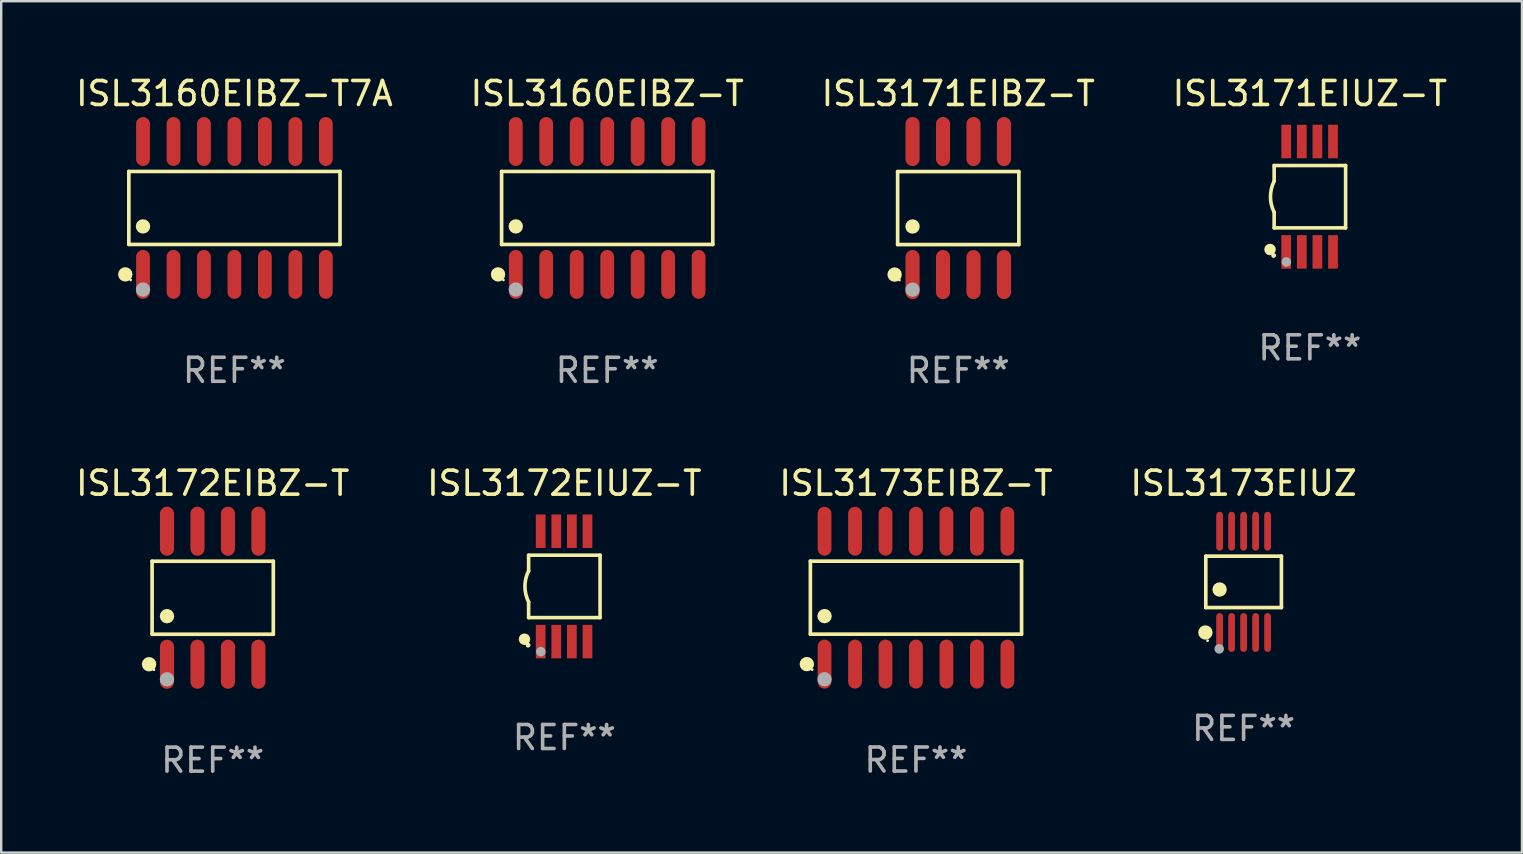
<source format=kicad_pcb>
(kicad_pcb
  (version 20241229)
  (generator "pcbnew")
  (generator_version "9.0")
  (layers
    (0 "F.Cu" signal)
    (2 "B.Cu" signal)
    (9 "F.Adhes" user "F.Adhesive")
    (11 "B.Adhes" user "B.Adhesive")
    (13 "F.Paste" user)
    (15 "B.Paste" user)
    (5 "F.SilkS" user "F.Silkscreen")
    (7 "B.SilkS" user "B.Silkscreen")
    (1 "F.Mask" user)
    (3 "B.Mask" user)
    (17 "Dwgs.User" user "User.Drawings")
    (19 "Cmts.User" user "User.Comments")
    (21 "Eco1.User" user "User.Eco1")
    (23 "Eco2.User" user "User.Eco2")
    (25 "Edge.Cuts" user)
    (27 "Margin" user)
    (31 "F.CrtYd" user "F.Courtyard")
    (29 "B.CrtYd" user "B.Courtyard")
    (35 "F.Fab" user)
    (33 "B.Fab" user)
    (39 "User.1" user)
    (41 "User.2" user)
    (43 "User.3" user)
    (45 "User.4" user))
  (footprint "ISL3160EIBZ-T7A"
    (layer "F.Cu")
    (at 6.72 5.617)
    (property "Reference" "ISL3160EIBZ-T7A" (at 0 -4.769 0) (layer "F.SilkS") (effects (font (size 1 1) (thickness 0.15))))
    (attr through_hole)
    (fp_line (start -4.401 -1.521) (end 4.401 -1.521) (stroke (width 0.152) (type solid)) (layer "F.SilkS"))
    (fp_line (start -4.401 1.521) (end -4.401 -1.521) (stroke (width 0.152) (type solid)) (layer "F.SilkS"))
    (fp_line (start 4.401 -1.521) (end 4.401 1.521) (stroke (width 0.152) (type solid)) (layer "F.SilkS"))
    (fp_line (start 4.401 1.521) (end -4.401 1.521) (stroke (width 0.152) (type solid)) (layer "F.SilkS"))
    (fp_circle (center -4.549 2.769) (end -4.399 2.769) (stroke (width 0.3) (type solid)) (fill no) (layer "F.SilkS"))
    (fp_circle (center -4.325 3) (end -4.295 3) (stroke (width 0.06) (type solid)) (fill no) (layer "F.SilkS"))
    (fp_circle (center -3.81 0.769) (end -3.66 0.769) (stroke (width 0.3) (type solid)) (fill no) (layer "F.SilkS"))
    (fp_circle (center -3.81 3.4) (end -3.66 3.4) (stroke (width 0.3) (type solid)) (fill no) (layer "F.Fab"))
    (fp_text user "REF**" (at 0 6.769 0) (layer "F.Fab") (effects (font (size 1 1) (thickness 0.15))))
    (pad "1" smd oval (at -3.81 2.769) (size 0.574 2.038) (layers "F.Cu" "F.Mask" "F.Paste"))
    (pad "2" smd oval (at -2.54 2.769) (size 0.574 2.038) (layers "F.Cu" "F.Mask" "F.Paste"))
    (pad "3" smd oval (at -1.27 2.769) (size 0.574 2.038) (layers "F.Cu" "F.Mask" "F.Paste"))
    (pad "4" smd oval (at 0 2.769) (size 0.574 2.038) (layers "F.Cu" "F.Mask" "F.Paste"))
    (pad "5" smd oval (at 1.27 2.769) (size 0.574 2.038) (layers "F.Cu" "F.Mask" "F.Paste"))
    (pad "6" smd oval (at 2.54 2.769) (size 0.574 2.038) (layers "F.Cu" "F.Mask" "F.Paste"))
    (pad "7" smd oval (at 3.81 2.769) (size 0.574 2.038) (layers "F.Cu" "F.Mask" "F.Paste"))
    (pad "8" smd oval (at 3.81 -2.769) (size 0.574 2.038) (layers "F.Cu" "F.Mask" "F.Paste"))
    (pad "9" smd oval (at 2.54 -2.769) (size 0.574 2.038) (layers "F.Cu" "F.Mask" "F.Paste"))
    (pad "10" smd oval (at 1.27 -2.769) (size 0.574 2.038) (layers "F.Cu" "F.Mask" "F.Paste"))
    (pad "11" smd oval (at 0 -2.769) (size 0.574 2.038) (layers "F.Cu" "F.Mask" "F.Paste"))
    (pad "12" smd oval (at -1.27 -2.769) (size 0.574 2.038) (layers "F.Cu" "F.Mask" "F.Paste"))
    (pad "13" smd oval (at -2.54 -2.769) (size 0.574 2.038) (layers "F.Cu" "F.Mask" "F.Paste"))
    (pad "14" smd oval (at -3.81 -2.769) (size 0.574 2.038) (layers "F.Cu" "F.Mask" "F.Paste")))
  (footprint "ISL3160EIBZ-T"
    (layer "F.Cu")
    (at 22.256 5.617)
    (property "Reference" "ISL3160EIBZ-T" (at 0 -4.769 0) (layer "F.SilkS") (effects (font (size 1 1) (thickness 0.15))))
    (attr through_hole)
    (fp_line (start -4.401 -1.521) (end 4.401 -1.521) (stroke (width 0.152) (type solid)) (layer "F.SilkS"))
    (fp_line (start -4.401 1.521) (end -4.401 -1.521) (stroke (width 0.152) (type solid)) (layer "F.SilkS"))
    (fp_line (start 4.401 -1.521) (end 4.401 1.521) (stroke (width 0.152) (type solid)) (layer "F.SilkS"))
    (fp_line (start 4.401 1.521) (end -4.401 1.521) (stroke (width 0.152) (type solid)) (layer "F.SilkS"))
    (fp_circle (center -4.549 2.769) (end -4.399 2.769) (stroke (width 0.3) (type solid)) (fill no) (layer "F.SilkS"))
    (fp_circle (center -4.325 3) (end -4.295 3) (stroke (width 0.06) (type solid)) (fill no) (layer "F.SilkS"))
    (fp_circle (center -3.81 0.769) (end -3.66 0.769) (stroke (width 0.3) (type solid)) (fill no) (layer "F.SilkS"))
    (fp_circle (center -3.81 3.4) (end -3.66 3.4) (stroke (width 0.3) (type solid)) (fill no) (layer "F.Fab"))
    (fp_text user "REF**" (at 0 6.769 0) (layer "F.Fab") (effects (font (size 1 1) (thickness 0.15))))
    (pad "1" smd oval (at -3.81 2.769) (size 0.574 2.038) (layers "F.Cu" "F.Mask" "F.Paste"))
    (pad "2" smd oval (at -2.54 2.769) (size 0.574 2.038) (layers "F.Cu" "F.Mask" "F.Paste"))
    (pad "3" smd oval (at -1.27 2.769) (size 0.574 2.038) (layers "F.Cu" "F.Mask" "F.Paste"))
    (pad "4" smd oval (at 0 2.769) (size 0.574 2.038) (layers "F.Cu" "F.Mask" "F.Paste"))
    (pad "5" smd oval (at 1.27 2.769) (size 0.574 2.038) (layers "F.Cu" "F.Mask" "F.Paste"))
    (pad "6" smd oval (at 2.54 2.769) (size 0.574 2.038) (layers "F.Cu" "F.Mask" "F.Paste"))
    (pad "7" smd oval (at 3.81 2.769) (size 0.574 2.038) (layers "F.Cu" "F.Mask" "F.Paste"))
    (pad "8" smd oval (at 3.81 -2.769) (size 0.574 2.038) (layers "F.Cu" "F.Mask" "F.Paste"))
    (pad "9" smd oval (at 2.54 -2.769) (size 0.574 2.038) (layers "F.Cu" "F.Mask" "F.Paste"))
    (pad "10" smd oval (at 1.27 -2.769) (size 0.574 2.038) (layers "F.Cu" "F.Mask" "F.Paste"))
    (pad "11" smd oval (at 0 -2.769) (size 0.574 2.038) (layers "F.Cu" "F.Mask" "F.Paste"))
    (pad "12" smd oval (at -1.27 -2.769) (size 0.574 2.038) (layers "F.Cu" "F.Mask" "F.Paste"))
    (pad "13" smd oval (at -2.54 -2.769) (size 0.574 2.038) (layers "F.Cu" "F.Mask" "F.Paste"))
    (pad "14" smd oval (at -3.81 -2.769) (size 0.574 2.038) (layers "F.Cu" "F.Mask" "F.Paste")))
  (footprint "ISL3173EIBZ-T"
    (layer "F.Cu")
    (at 35.125 21.859)
    (property "Reference" "ISL3173EIBZ-T" (at 0 -4.769 0) (layer "F.SilkS") (effects (font (size 1 1) (thickness 0.15))))
    (attr through_hole)
    (fp_line (start -4.401 -1.521) (end 4.401 -1.521) (stroke (width 0.152) (type solid)) (layer "F.SilkS"))
    (fp_line (start -4.401 1.521) (end -4.401 -1.521) (stroke (width 0.152) (type solid)) (layer "F.SilkS"))
    (fp_line (start 4.401 -1.521) (end 4.401 1.521) (stroke (width 0.152) (type solid)) (layer "F.SilkS"))
    (fp_line (start 4.401 1.521) (end -4.401 1.521) (stroke (width 0.152) (type solid)) (layer "F.SilkS"))
    (fp_circle (center -4.549 2.769) (end -4.399 2.769) (stroke (width 0.3) (type solid)) (fill no) (layer "F.SilkS"))
    (fp_circle (center -4.325 3) (end -4.295 3) (stroke (width 0.06) (type solid)) (fill no) (layer "F.SilkS"))
    (fp_circle (center -3.81 0.769) (end -3.66 0.769) (stroke (width 0.3) (type solid)) (fill no) (layer "F.SilkS"))
    (fp_circle (center -3.81 3.4) (end -3.66 3.4) (stroke (width 0.3) (type solid)) (fill no) (layer "F.Fab"))
    (fp_text user "REF**" (at 0 6.769 0) (layer "F.Fab") (effects (font (size 1 1) (thickness 0.15))))
    (pad "1" smd oval (at -3.81 2.769) (size 0.574 2.038) (layers "F.Cu" "F.Mask" "F.Paste"))
    (pad "2" smd oval (at -2.54 2.769) (size 0.574 2.038) (layers "F.Cu" "F.Mask" "F.Paste"))
    (pad "3" smd oval (at -1.27 2.769) (size 0.574 2.038) (layers "F.Cu" "F.Mask" "F.Paste"))
    (pad "4" smd oval (at 0 2.769) (size 0.574 2.038) (layers "F.Cu" "F.Mask" "F.Paste"))
    (pad "5" smd oval (at 1.27 2.769) (size 0.574 2.038) (layers "F.Cu" "F.Mask" "F.Paste"))
    (pad "6" smd oval (at 2.54 2.769) (size 0.574 2.038) (layers "F.Cu" "F.Mask" "F.Paste"))
    (pad "7" smd oval (at 3.81 2.769) (size 0.574 2.038) (layers "F.Cu" "F.Mask" "F.Paste"))
    (pad "8" smd oval (at 3.81 -2.769) (size 0.574 2.038) (layers "F.Cu" "F.Mask" "F.Paste"))
    (pad "9" smd oval (at 2.54 -2.769) (size 0.574 2.038) (layers "F.Cu" "F.Mask" "F.Paste"))
    (pad "10" smd oval (at 1.27 -2.769) (size 0.574 2.038) (layers "F.Cu" "F.Mask" "F.Paste"))
    (pad "11" smd oval (at 0 -2.769) (size 0.574 2.038) (layers "F.Cu" "F.Mask" "F.Paste"))
    (pad "12" smd oval (at -1.27 -2.769) (size 0.574 2.038) (layers "F.Cu" "F.Mask" "F.Paste"))
    (pad "13" smd oval (at -2.54 -2.769) (size 0.574 2.038) (layers "F.Cu" "F.Mask" "F.Paste"))
    (pad "14" smd oval (at -3.81 -2.769) (size 0.574 2.038) (layers "F.Cu" "F.Mask" "F.Paste")))
  (footprint "ISL3172EIUZ-T"
    (layer "F.Cu")
    (at 20.47 21.39)
    (property "Reference" "ISL3172EIUZ-T" (at 0 -4.3 0) (layer "F.SilkS") (effects (font (size 1 1) (thickness 0.15))))
    (attr through_hole)
    (fp_line (start -1.489 -1.3) (end -1.489 -0.648) (stroke (width 0.15) (type solid)) (layer "F.SilkS"))
    (fp_line (start -1.489 0.648) (end -1.489 1.3) (stroke (width 0.15) (type solid)) (layer "F.SilkS"))
    (fp_line (start -1.489 1.3) (end 1.489 1.3) (stroke (width 0.15) (type solid)) (layer "F.SilkS"))
    (fp_line (start 1.489 -1.3) (end -1.489 -1.3) (stroke (width 0.15) (type solid)) (layer "F.SilkS"))
    (fp_line (start 1.489 1.3) (end 1.489 -1.3) (stroke (width 0.15) (type solid)) (layer "F.SilkS"))
    (fp_arc (start -1.489205 0.647702) (mid -1.642107 0) (end -1.489205 -0.647701) (stroke (width 0.150013) (type solid)) (layer "F.SilkS"))
    (fp_circle (center -1.661 2.2) (end -1.541 2.2) (stroke (width 0.24) (type solid)) (fill no) (layer "F.SilkS"))
    (fp_circle (center -1.511 2.45) (end -1.461 2.45) (stroke (width 0.1) (type solid)) (fill no) (layer "F.SilkS"))
    (fp_circle (center -0.981 2.72) (end -0.881 2.72) (stroke (width 0.2) (type solid)) (fill no) (layer "F.Fab"))
    (fp_text user "REF**" (at 0 6.3 0) (layer "F.Fab") (effects (font (size 1 1) (thickness 0.15))))
    (pad "1" smd rect (at -0.986 2.3) (size 0.406 1.397) (layers "F.Cu" "F.Mask" "F.Paste"))
    (pad "2" smd rect (at -0.336 2.3) (size 0.406 1.397) (layers "F.Cu" "F.Mask" "F.Paste"))
    (pad "3" smd rect (at 0.314 2.3) (size 0.406 1.397) (layers "F.Cu" "F.Mask" "F.Paste"))
    (pad "4" smd rect (at 0.964 2.3) (size 0.406 1.397) (layers "F.Cu" "F.Mask" "F.Paste"))
    (pad "5" smd rect (at 0.964 -2.3) (size 0.406 1.397) (layers "F.Cu" "F.Mask" "F.Paste"))
    (pad "6" smd rect (at 0.314 -2.3) (size 0.406 1.397) (layers "F.Cu" "F.Mask" "F.Paste"))
    (pad "7" smd rect (at -0.336 -2.3) (size 0.406 1.397) (layers "F.Cu" "F.Mask" "F.Paste"))
    (pad "8" smd rect (at -0.986 -2.3) (size 0.406 1.397) (layers "F.Cu" "F.Mask" "F.Paste")))
  (footprint "ISL3173EIUZ"
    (layer "F.Cu")
    (at 48.78 21.2)
    (property "Reference" "ISL3173EIUZ" (at 0 -4.11 0) (layer "F.SilkS") (effects (font (size 1 1) (thickness 0.15))))
    (attr through_hole)
    (fp_line (start -1.576 -1.071) (end 1.576 -1.071) (stroke (width 0.152) (type solid)) (layer "F.SilkS"))
    (fp_line (start -1.576 1.071) (end -1.576 -1.071) (stroke (width 0.152) (type solid)) (layer "F.SilkS"))
    (fp_line (start 1.576 -1.071) (end 1.576 1.071) (stroke (width 0.152) (type solid)) (layer "F.SilkS"))
    (fp_line (start 1.576 1.071) (end -1.576 1.071) (stroke (width 0.152) (type solid)) (layer "F.SilkS"))
    (fp_circle (center -1.592 2.11) (end -1.442 2.11) (stroke (width 0.3) (type solid)) (fill no) (layer "F.SilkS"))
    (fp_circle (center -1.5 2.45) (end -1.47 2.45) (stroke (width 0.06) (type solid)) (fill no) (layer "F.SilkS"))
    (fp_circle (center -1 0.319) (end -0.85 0.319) (stroke (width 0.3) (type solid)) (fill no) (layer "F.SilkS"))
    (fp_circle (center -1.016 2.794) (end -0.916 2.794) (stroke (width 0.2) (type solid)) (fill no) (layer "F.Fab"))
    (fp_text user "REF**" (at 0 6.11 0) (layer "F.Fab") (effects (font (size 1 1) (thickness 0.15))))
    (pad "1" smd oval (at -1 2.11) (size 0.28 1.62) (layers "F.Cu" "F.Mask" "F.Paste"))
    (pad "2" smd oval (at -0.5 2.11) (size 0.28 1.62) (layers "F.Cu" "F.Mask" "F.Paste"))
    (pad "3" smd oval (at 0 2.11) (size 0.28 1.62) (layers "F.Cu" "F.Mask" "F.Paste"))
    (pad "4" smd oval (at 0.5 2.11) (size 0.28 1.62) (layers "F.Cu" "F.Mask" "F.Paste"))
    (pad "5" smd oval (at 1 2.11) (size 0.28 1.62) (layers "F.Cu" "F.Mask" "F.Paste"))
    (pad "6" smd oval (at 1 -2.11) (size 0.28 1.62) (layers "F.Cu" "F.Mask" "F.Paste"))
    (pad "7" smd oval (at 0.5 -2.11) (size 0.28 1.62) (layers "F.Cu" "F.Mask" "F.Paste"))
    (pad "8" smd oval (at 0 -2.11) (size 0.28 1.62) (layers "F.Cu" "F.Mask" "F.Paste"))
    (pad "9" smd oval (at -0.5 -2.11) (size 0.28 1.62) (layers "F.Cu" "F.Mask" "F.Paste"))
    (pad "10" smd oval (at -1 -2.11) (size 0.28 1.62) (layers "F.Cu" "F.Mask" "F.Paste")))
  (footprint "ISL3171EIUZ-T"
    (layer "F.Cu")
    (at 51.542 5.148)
    (property "Reference" "ISL3171EIUZ-T" (at 0 -4.3 0) (layer "F.SilkS") (effects (font (size 1 1) (thickness 0.15))))
    (attr through_hole)
    (fp_line (start -1.489 -1.3) (end -1.489 -0.648) (stroke (width 0.15) (type solid)) (layer "F.SilkS"))
    (fp_line (start -1.489 0.648) (end -1.489 1.3) (stroke (width 0.15) (type solid)) (layer "F.SilkS"))
    (fp_line (start -1.489 1.3) (end 1.489 1.3) (stroke (width 0.15) (type solid)) (layer "F.SilkS"))
    (fp_line (start 1.489 -1.3) (end -1.489 -1.3) (stroke (width 0.15) (type solid)) (layer "F.SilkS"))
    (fp_line (start 1.489 1.3) (end 1.489 -1.3) (stroke (width 0.15) (type solid)) (layer "F.SilkS"))
    (fp_arc (start -1.489205 0.647702) (mid -1.642107 0) (end -1.489205 -0.647701) (stroke (width 0.150013) (type solid)) (layer "F.SilkS"))
    (fp_circle (center -1.661 2.2) (end -1.541 2.2) (stroke (width 0.24) (type solid)) (fill no) (layer "F.SilkS"))
    (fp_circle (center -1.511 2.45) (end -1.461 2.45) (stroke (width 0.1) (type solid)) (fill no) (layer "F.SilkS"))
    (fp_circle (center -0.981 2.72) (end -0.881 2.72) (stroke (width 0.2) (type solid)) (fill no) (layer "F.Fab"))
    (fp_text user "REF**" (at 0 6.3 0) (layer "F.Fab") (effects (font (size 1 1) (thickness 0.15))))
    (pad "1" smd rect (at -0.986 2.3) (size 0.406 1.397) (layers "F.Cu" "F.Mask" "F.Paste"))
    (pad "2" smd rect (at -0.336 2.3) (size 0.406 1.397) (layers "F.Cu" "F.Mask" "F.Paste"))
    (pad "3" smd rect (at 0.314 2.3) (size 0.406 1.397) (layers "F.Cu" "F.Mask" "F.Paste"))
    (pad "4" smd rect (at 0.964 2.3) (size 0.406 1.397) (layers "F.Cu" "F.Mask" "F.Paste"))
    (pad "5" smd rect (at 0.964 -2.3) (size 0.406 1.397) (layers "F.Cu" "F.Mask" "F.Paste"))
    (pad "6" smd rect (at 0.314 -2.3) (size 0.406 1.397) (layers "F.Cu" "F.Mask" "F.Paste"))
    (pad "7" smd rect (at -0.336 -2.3) (size 0.406 1.397) (layers "F.Cu" "F.Mask" "F.Paste"))
    (pad "8" smd rect (at -0.986 -2.3) (size 0.406 1.397) (layers "F.Cu" "F.Mask" "F.Paste")))
  (footprint "ISL3171EIBZ-T"
    (layer "F.Cu")
    (at 36.887 5.621)
    (property "Reference" "ISL3171EIBZ-T" (at 0 -4.772 0) (layer "F.SilkS") (effects (font (size 1 1) (thickness 0.15))))
    (attr through_hole)
    (fp_line (start -2.526 -1.521) (end 2.526 -1.521) (stroke (width 0.152) (type solid)) (layer "F.SilkS"))
    (fp_line (start -2.526 1.521) (end -2.526 -1.521) (stroke (width 0.152) (type solid)) (layer "F.SilkS"))
    (fp_line (start 2.526 -1.521) (end 2.526 1.521) (stroke (width 0.152) (type solid)) (layer "F.SilkS"))
    (fp_line (start 2.526 1.521) (end -2.526 1.521) (stroke (width 0.152) (type solid)) (layer "F.SilkS"))
    (fp_circle (center -2.652 2.772) (end -2.501 2.772) (stroke (width 0.3) (type solid)) (fill no) (layer "F.SilkS"))
    (fp_circle (center -2.45 3) (end -2.42 3) (stroke (width 0.06) (type solid)) (fill no) (layer "F.SilkS"))
    (fp_circle (center -1.905 0.769) (end -1.755 0.769) (stroke (width 0.3) (type solid)) (fill no) (layer "F.SilkS"))
    (fp_circle (center -1.905 3.4) (end -1.755 3.4) (stroke (width 0.3) (type solid)) (fill no) (layer "F.Fab"))
    (fp_text user "REF**" (at 0 6.772 0) (layer "F.Fab") (effects (font (size 1 1) (thickness 0.15))))
    (pad "1" smd oval (at -1.905 2.772) (size 0.588 2.045) (layers "F.Cu" "F.Mask" "F.Paste"))
    (pad "2" smd oval (at -0.635 2.772) (size 0.588 2.045) (layers "F.Cu" "F.Mask" "F.Paste"))
    (pad "3" smd oval (at 0.635 2.772) (size 0.588 2.045) (layers "F.Cu" "F.Mask" "F.Paste"))
    (pad "4" smd oval (at 1.905 2.772) (size 0.588 2.045) (layers "F.Cu" "F.Mask" "F.Paste"))
    (pad "5" smd oval (at 1.905 -2.772) (size 0.588 2.045) (layers "F.Cu" "F.Mask" "F.Paste"))
    (pad "6" smd oval (at 0.635 -2.772) (size 0.588 2.045) (layers "F.Cu" "F.Mask" "F.Paste"))
    (pad "7" smd oval (at -0.635 -2.772) (size 0.588 2.045) (layers "F.Cu" "F.Mask" "F.Paste"))
    (pad "8" smd oval (at -1.905 -2.772) (size 0.588 2.045) (layers "F.Cu" "F.Mask" "F.Paste")))
  (footprint "ISL3172EIBZ-T"
    (layer "F.Cu")
    (at 5.815 21.862)
    (property "Reference" "ISL3172EIBZ-T" (at 0 -4.772 0) (layer "F.SilkS") (effects (font (size 1 1) (thickness 0.15))))
    (attr through_hole)
    (fp_line (start -2.526 -1.521) (end 2.526 -1.521) (stroke (width 0.152) (type solid)) (layer "F.SilkS"))
    (fp_line (start -2.526 1.521) (end -2.526 -1.521) (stroke (width 0.152) (type solid)) (layer "F.SilkS"))
    (fp_line (start 2.526 -1.521) (end 2.526 1.521) (stroke (width 0.152) (type solid)) (layer "F.SilkS"))
    (fp_line (start 2.526 1.521) (end -2.526 1.521) (stroke (width 0.152) (type solid)) (layer "F.SilkS"))
    (fp_circle (center -2.652 2.772) (end -2.501 2.772) (stroke (width 0.3) (type solid)) (fill no) (layer "F.SilkS"))
    (fp_circle (center -2.45 3) (end -2.42 3) (stroke (width 0.06) (type solid)) (fill no) (layer "F.SilkS"))
    (fp_circle (center -1.905 0.769) (end -1.755 0.769) (stroke (width 0.3) (type solid)) (fill no) (layer "F.SilkS"))
    (fp_circle (center -1.905 3.4) (end -1.755 3.4) (stroke (width 0.3) (type solid)) (fill no) (layer "F.Fab"))
    (fp_text user "REF**" (at 0 6.772 0) (layer "F.Fab") (effects (font (size 1 1) (thickness 0.15))))
    (pad "1" smd oval (at -1.905 2.772) (size 0.588 2.045) (layers "F.Cu" "F.Mask" "F.Paste"))
    (pad "2" smd oval (at -0.635 2.772) (size 0.588 2.045) (layers "F.Cu" "F.Mask" "F.Paste"))
    (pad "3" smd oval (at 0.635 2.772) (size 0.588 2.045) (layers "F.Cu" "F.Mask" "F.Paste"))
    (pad "4" smd oval (at 1.905 2.772) (size 0.588 2.045) (layers "F.Cu" "F.Mask" "F.Paste"))
    (pad "5" smd oval (at 1.905 -2.772) (size 0.588 2.045) (layers "F.Cu" "F.Mask" "F.Paste"))
    (pad "6" smd oval (at 0.635 -2.772) (size 0.588 2.045) (layers "F.Cu" "F.Mask" "F.Paste"))
    (pad "7" smd oval (at -0.635 -2.772) (size 0.588 2.045) (layers "F.Cu" "F.Mask" "F.Paste"))
    (pad "8" smd oval (at -1.905 -2.772) (size 0.588 2.045) (layers "F.Cu" "F.Mask" "F.Paste")))
  (gr_rect
    (start -3 -3)
    (end 60.381 32.483)
    (stroke (width 0.1) (type default))
    (fill no)
    (layer "Edge.Cuts")))
</source>
